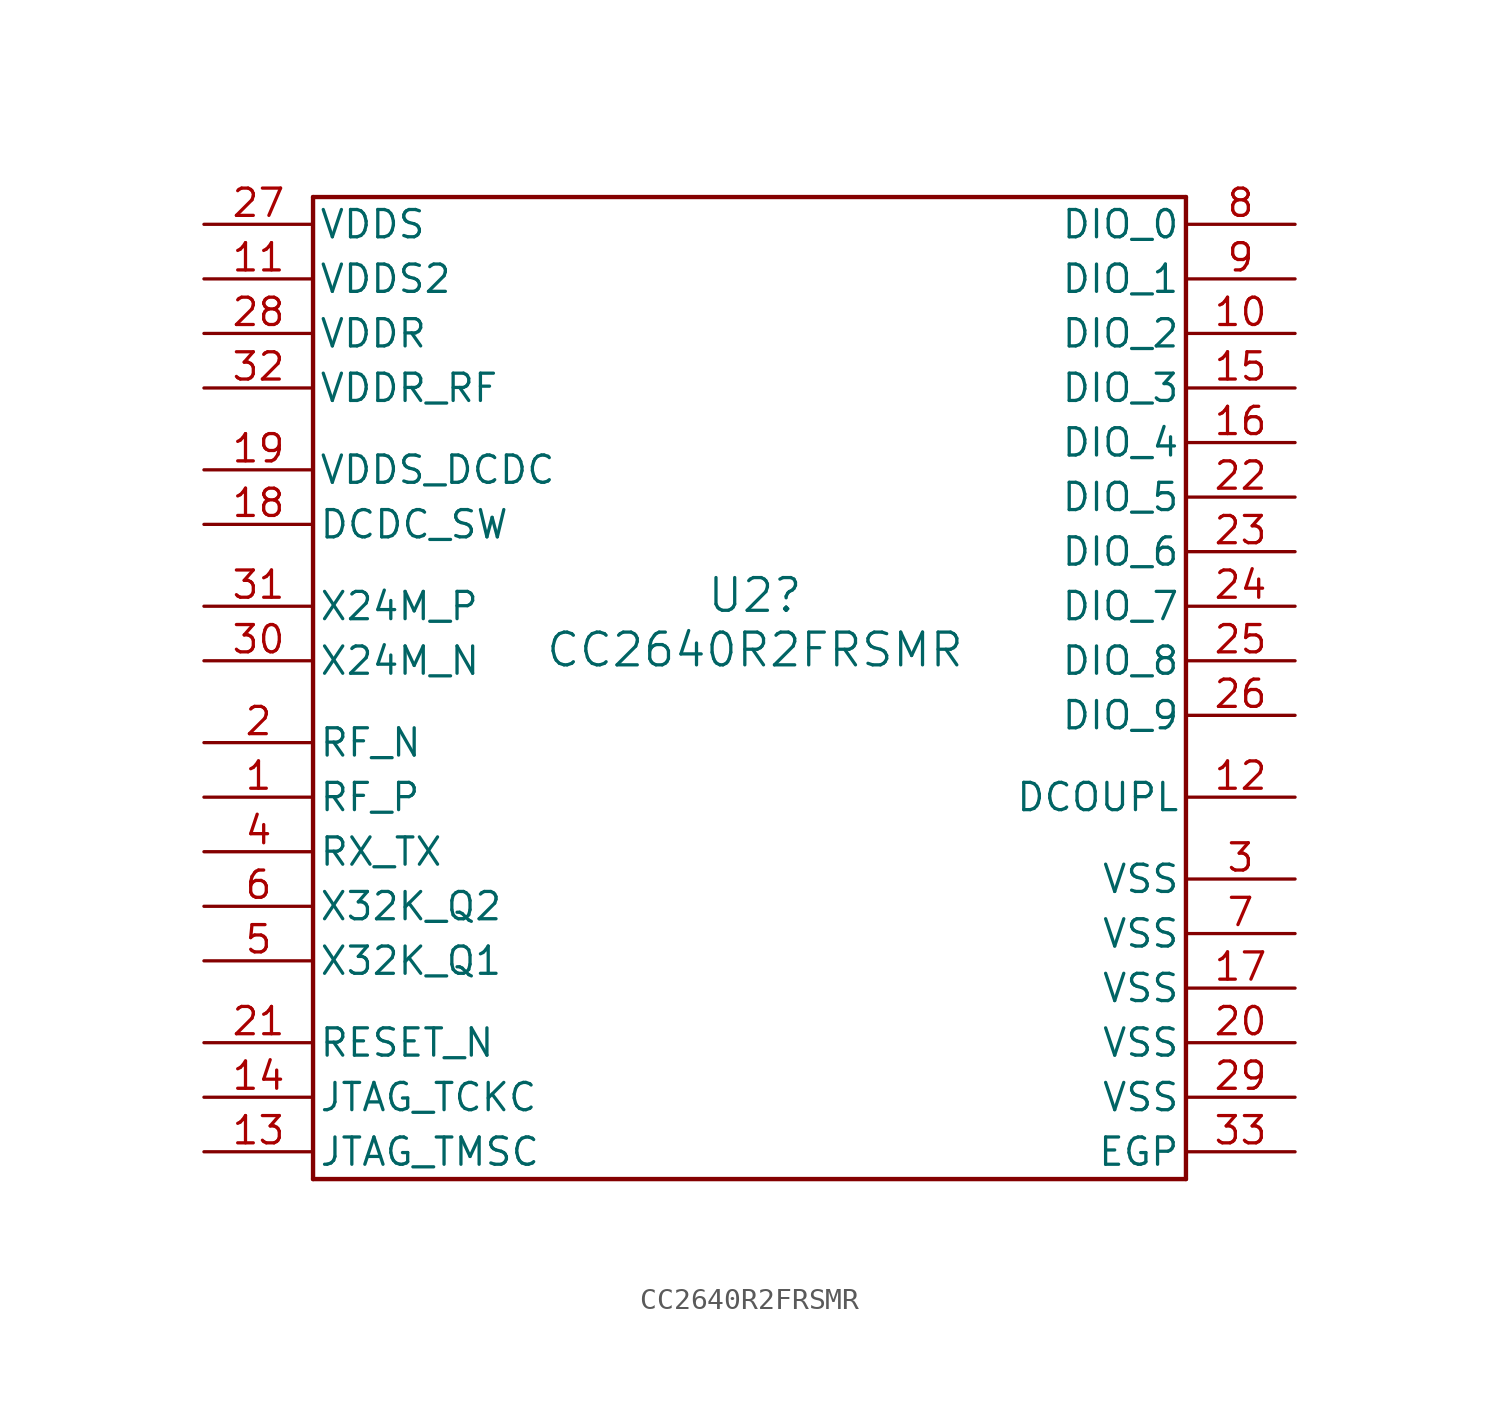
<source format=kicad_sym>
(kicad_symbol_lib
  (version 20241209)
  (generator "kicad_symbol_editor")
  (generator_version "9.0")
  (symbol "CC2640R2FRSMR"
    (pin_names
      (offset 0.254))
    (property "Reference" "U2"
      (at 0.254 4.318 0)
      (effects (font (size 1.524 1.524))))
    (property "Value" "CC2640R2FRSMR"
      (at 0.254 1.778 0)
      (effects (font (size 1.524 1.524))))
    (symbol "CC2640R2FRSMR_0_1"
      (polyline (pts (xy -20.32 22.86) (xy -20.32 -22.86)) (stroke (width 0.203) (type default)) (fill (type none)))
      (polyline (pts (xy -20.32 -22.86) (xy 20.32 -22.86)) (stroke (width 0.203) (type default)) (fill (type none)))
      (polyline (pts (xy 20.32 22.86) (xy -20.32 22.86)) (stroke (width 0.203) (type default)) (fill (type none)))
      (polyline (pts (xy 20.32 -22.86) (xy 20.32 22.86)) (stroke (width 0.203) (type default)) (fill (type none)))
      (pin power_in line (at -25.4 21.59 0) (length 5.08) (name "VDDS" (effects (font (size 1.27 1.27)))) (number "27" (effects (font (size 1.27 1.27)))))
      (pin power_in line (at -25.4 19.05 0) (length 5.08) (name "VDDS2" (effects (font (size 1.27 1.27)))) (number "11" (effects (font (size 1.27 1.27)))))
      (pin power_in line (at -25.4 16.51 0) (length 5.08) (name "VDDR" (effects (font (size 1.27 1.27)))) (number "28" (effects (font (size 1.27 1.27)))))
      (pin power_in line (at -25.4 13.97 0) (length 5.08) (name "VDDR_RF" (effects (font (size 1.27 1.27)))) (number "32" (effects (font (size 1.27 1.27)))))
      (pin power_in line (at -25.4 10.16 0) (length 5.08) (name "VDDS_DCDC" (effects (font (size 1.27 1.27)))) (number "19" (effects (font (size 1.27 1.27)))))
      (pin power_in line (at -25.4 7.62 0) (length 5.08) (name "DCDC_SW" (effects (font (size 1.27 1.27)))) (number "18" (effects (font (size 1.27 1.27)))))
      (pin input line (at -25.4 -7.62 0) (length 5.08) (name "RX_TX" (effects (font (size 1.27 1.27)))) (number "4" (effects (font (size 1.27 1.27)))))
      (pin input line (at -25.4 -16.51 0) (length 5.08) (name "RESET_N" (effects (font (size 1.27 1.27)))) (number "21" (effects (font (size 1.27 1.27)))))
      (pin bidirectional line (at 25.4 21.59 180) (length 5.08) (name "DIO_0" (effects (font (size 1.27 1.27)))) (number "8" (effects (font (size 1.27 1.27)))))
      (pin bidirectional line (at 25.4 19.05 180) (length 5.08) (name "DIO_1" (effects (font (size 1.27 1.27)))) (number "9" (effects (font (size 1.27 1.27)))))
      (pin bidirectional line (at 25.4 16.51 180) (length 5.08) (name "DIO_2" (effects (font (size 1.27 1.27)))) (number "10" (effects (font (size 1.27 1.27)))))
      (pin bidirectional line (at 25.4 13.97 180) (length 5.08) (name "DIO_3" (effects (font (size 1.27 1.27)))) (number "15" (effects (font (size 1.27 1.27)))))
      (pin bidirectional line (at 25.4 11.43 180) (length 5.08) (name "DIO_4" (effects (font (size 1.27 1.27)))) (number "16" (effects (font (size 1.27 1.27)))))
      (pin bidirectional line (at 25.4 8.89 180) (length 5.08) (name "DIO_5" (effects (font (size 1.27 1.27)))) (number "22" (effects (font (size 1.27 1.27)))))
      (pin bidirectional line (at 25.4 6.35 180) (length 5.08) (name "DIO_6" (effects (font (size 1.27 1.27)))) (number "23" (effects (font (size 1.27 1.27)))))
      (pin bidirectional line (at 25.4 1.27 180) (length 5.08) (name "DIO_8" (effects (font (size 1.27 1.27)))) (number "25" (effects (font (size 1.27 1.27)))))
      (pin bidirectional line (at 25.4 -1.27 180) (length 5.08) (name "DIO_9" (effects (font (size 1.27 1.27)))) (number "26" (effects (font (size 1.27 1.27)))))
      (pin power_in line (at 25.4 -8.89 180) (length 5.08) (name "VSS" (effects (font (size 1.27 1.27)))) (number "3" (effects (font (size 1.27 1.27)))))
      (pin power_in line (at 25.4 -11.43 180) (length 5.08) (name "VSS" (effects (font (size 1.27 1.27)))) (number "7" (effects (font (size 1.27 1.27)))))
      (pin power_in line (at 25.4 -13.97 180) (length 5.08) (name "VSS" (effects (font (size 1.27 1.27)))) (number "17" (effects (font (size 1.27 1.27)))))
      (pin power_in line (at 25.4 -16.51 180) (length 5.08) (name "VSS" (effects (font (size 1.27 1.27)))) (number "20" (effects (font (size 1.27 1.27)))))
      (pin power_in line (at 25.4 -19.05 180) (length 5.08) (name "VSS" (effects (font (size 1.27 1.27)))) (number "29" (effects (font (size 1.27 1.27)))))
      (pin power_in line (at 25.4 -21.59 180) (length 5.08) (name "EGP" (effects (font (size 1.27 1.27)))) (number "33" (effects (font (size 1.27 1.27))))))
    (symbol "CC2640R2FRSMR_1_1"
      (pin passive line (at -25.4 3.81 0) (length 5.08) (name "X24M_P" (effects (font (size 1.27 1.27)))) (number "31" (effects (font (size 1.27 1.27)))))
      (pin passive line (at -25.4 1.27 0) (length 5.08) (name "X24M_N" (effects (font (size 1.27 1.27)))) (number "30" (effects (font (size 1.27 1.27)))))
      (pin passive line (at -25.4 -2.54 0) (length 5.08) (name "RF_N" (effects (font (size 1.27 1.27)))) (number "2" (effects (font (size 1.27 1.27)))))
      (pin passive line (at -25.4 -5.08 0) (length 5.08) (name "RF_P" (effects (font (size 1.27 1.27)))) (number "1" (effects (font (size 1.27 1.27)))))
      (pin passive line (at -25.4 -10.16 0) (length 5.08) (name "X32K_Q2" (effects (font (size 1.27 1.27)))) (number "6" (effects (font (size 1.27 1.27)))))
      (pin passive line (at -25.4 -12.7 0) (length 5.08) (name "X32K_Q1" (effects (font (size 1.27 1.27)))) (number "5" (effects (font (size 1.27 1.27)))))
      (pin input line (at -25.4 -19.05 0) (length 5.08) (name "JTAG_TCKC" (effects (font (size 1.27 1.27)))) (number "14" (effects (font (size 1.27 1.27)))))
      (pin bidirectional line (at -25.4 -21.59 0) (length 5.08) (name "JTAG_TMSC" (effects (font (size 1.27 1.27)))) (number "13" (effects (font (size 1.27 1.27)))))
      (pin input line (at 25.4 3.81 180) (length 5.08) (name "DIO_7" (effects (font (size 1.27 1.27)))) (number "24" (effects (font (size 1.27 1.27)))))
      (pin power_out line (at 25.4 -5.08 180) (length 5.08) (name "DCOUPL" (effects (font (size 1.27 1.27)))) (number "12" (effects (font (size 1.27 1.27))))))))
</source>
